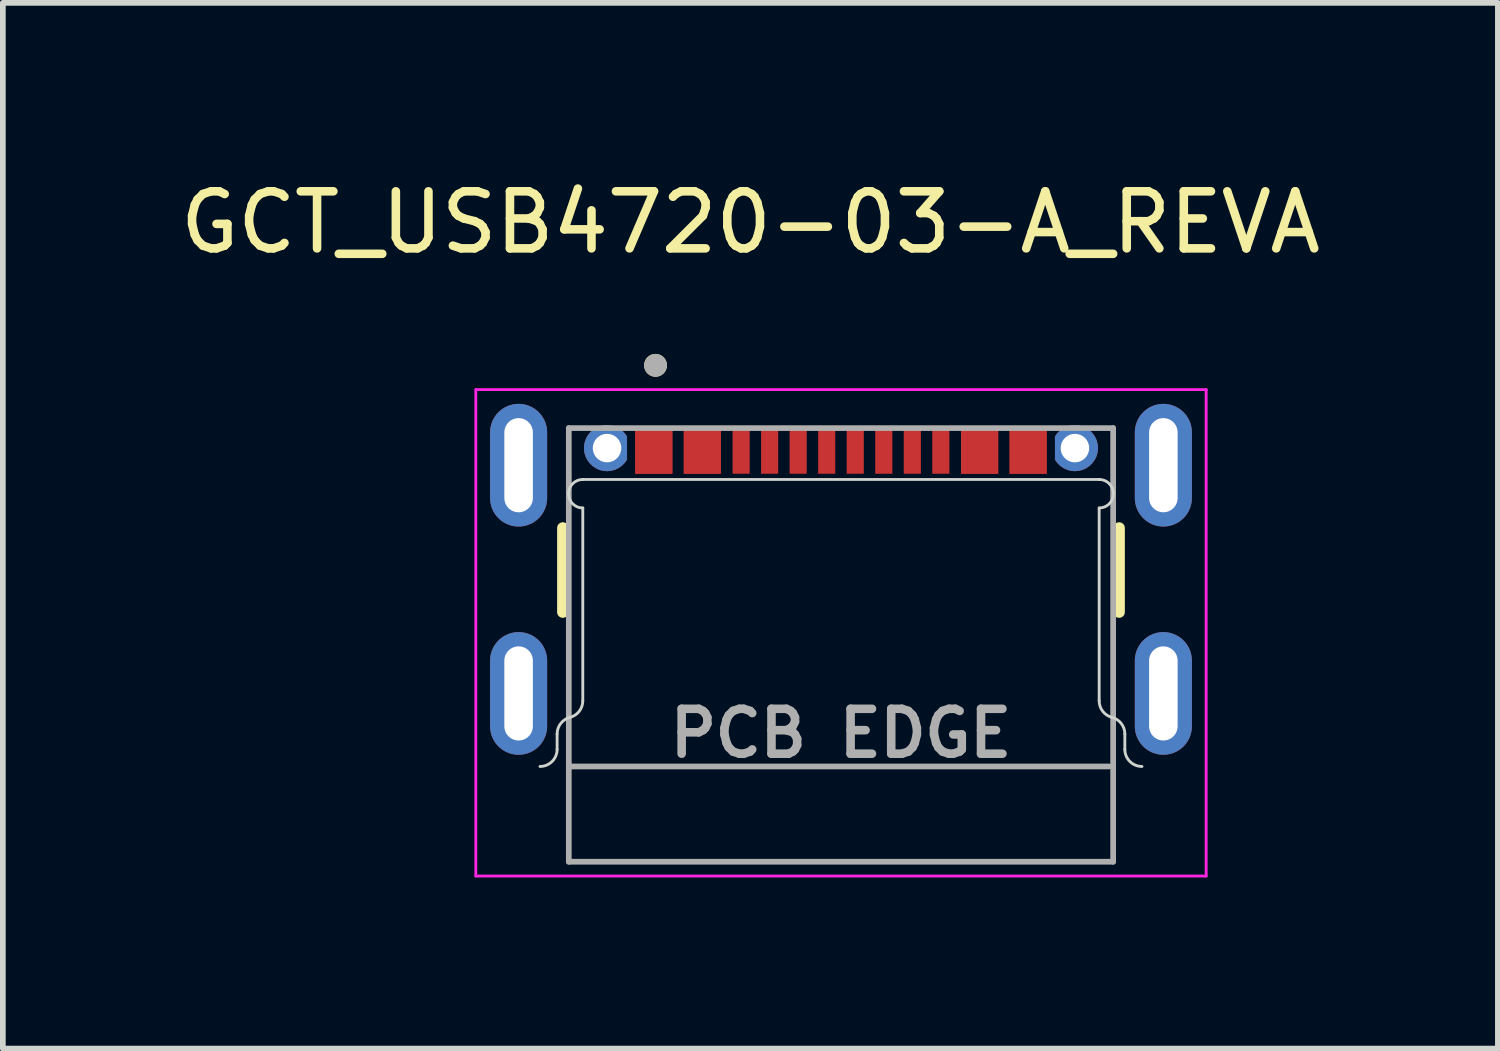
<source format=kicad_pcb>
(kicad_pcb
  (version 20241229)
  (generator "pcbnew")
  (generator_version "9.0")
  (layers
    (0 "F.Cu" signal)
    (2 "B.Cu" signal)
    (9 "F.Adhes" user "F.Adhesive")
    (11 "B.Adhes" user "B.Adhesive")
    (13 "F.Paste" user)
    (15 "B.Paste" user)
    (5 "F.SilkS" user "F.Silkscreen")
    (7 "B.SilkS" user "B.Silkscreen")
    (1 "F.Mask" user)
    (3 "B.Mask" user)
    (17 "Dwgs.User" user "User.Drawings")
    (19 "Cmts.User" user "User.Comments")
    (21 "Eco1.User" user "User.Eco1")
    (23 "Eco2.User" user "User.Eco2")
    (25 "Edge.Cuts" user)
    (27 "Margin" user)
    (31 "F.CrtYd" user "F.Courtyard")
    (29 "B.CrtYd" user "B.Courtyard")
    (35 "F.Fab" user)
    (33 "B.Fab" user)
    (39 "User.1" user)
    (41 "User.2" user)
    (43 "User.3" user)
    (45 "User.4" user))
  (footprint "GCT_USB4720-03-A_REVA"
    (layer "F.Cu")
    (at 11.689 10.383)
    (property "Reference" "GCT_USB4720-03-A_REVA" (at -1.587 -9.535 0) (layer "F.SilkS") (effects (font (size 1 1) (thickness 0.15))))
    (attr smd)
    (fp_poly (pts (xy -3.655 -5.98) (xy -2.905 -5.98) (xy -2.905 -5.08) (xy -3.655 -5.08)) (stroke (width 0.01) (type solid)) (fill yes) (layer "F.Mask"))
    (fp_poly (pts (xy -2.805 -5.98) (xy -2.055 -5.98) (xy -2.055 -5.08) (xy -2.805 -5.08)) (stroke (width 0.01) (type solid)) (fill yes) (layer "F.Mask"))
    (fp_poly (pts (xy -1.95 -5.98) (xy -1.55 -5.98) (xy -1.55 -5.08) (xy -1.95 -5.08)) (stroke (width 0.01) (type solid)) (fill yes) (layer "F.Mask"))
    (fp_poly (pts (xy -1.45 -5.98) (xy -1.05 -5.98) (xy -1.05 -5.08) (xy -1.45 -5.08)) (stroke (width 0.01) (type solid)) (fill yes) (layer "F.Mask"))
    (fp_poly (pts (xy -0.95 -5.98) (xy -0.55 -5.98) (xy -0.55 -5.08) (xy -0.95 -5.08)) (stroke (width 0.01) (type solid)) (fill yes) (layer "F.Mask"))
    (fp_poly (pts (xy -0.45 -5.98) (xy -0.05 -5.98) (xy -0.05 -5.08) (xy -0.45 -5.08)) (stroke (width 0.01) (type solid)) (fill yes) (layer "F.Mask"))
    (fp_poly (pts (xy 0.05 -5.98) (xy 0.45 -5.98) (xy 0.45 -5.08) (xy 0.05 -5.08)) (stroke (width 0.01) (type solid)) (fill yes) (layer "F.Mask"))
    (fp_poly (pts (xy 0.55 -5.98) (xy 0.95 -5.98) (xy 0.95 -5.08) (xy 0.55 -5.08)) (stroke (width 0.01) (type solid)) (fill yes) (layer "F.Mask"))
    (fp_poly (pts (xy 1.05 -5.98) (xy 1.45 -5.98) (xy 1.45 -5.08) (xy 1.05 -5.08)) (stroke (width 0.01) (type solid)) (fill yes) (layer "F.Mask"))
    (fp_poly (pts (xy 1.55 -5.98) (xy 1.95 -5.98) (xy 1.95 -5.08) (xy 1.55 -5.08)) (stroke (width 0.01) (type solid)) (fill yes) (layer "F.Mask"))
    (fp_poly (pts (xy 2.055 -5.98) (xy 2.805 -5.98) (xy 2.805 -5.08) (xy 2.055 -5.08)) (stroke (width 0.01) (type solid)) (fill yes) (layer "F.Mask"))
    (fp_poly (pts (xy 2.905 -5.98) (xy 3.655 -5.98) (xy 3.655 -5.08) (xy 2.905 -5.08)) (stroke (width 0.01) (type solid)) (fill yes) (layer "F.Mask"))
    (fp_poly (pts (xy -3.705 -5.364) (xy -3.705 -5.796) (xy -3.751 -5.864) (xy -3.806 -5.92) (xy -3.87 -5.967) (xy -3.941 -6.001) (xy -4.017 -6.022) (xy -4.095 -6.03) (xy -4.174 -6.024) (xy -4.25 -6.004) (xy -4.322 -5.971) (xy -4.387 -5.926) (xy -4.443 -5.871) (xy -4.489 -5.806) (xy -4.523 -5.735) (xy -4.543 -5.659) (xy -4.55 -5.58) (xy -4.543 -5.501) (xy -4.523 -5.425) (xy -4.489 -5.354) (xy -4.443 -5.289) (xy -4.387 -5.234) (xy -4.322 -5.189) (xy -4.25 -5.156) (xy -4.174 -5.136) (xy -4.095 -5.13) (xy -4.017 -5.138) (xy -3.941 -5.159) (xy -3.87 -5.193) (xy -3.806 -5.24) (xy -3.751 -5.296) (xy -3.705 -5.364) (xy -3.705 -5.364)) (stroke (width 0.01) (type solid)) (fill yes) (layer "F.Mask"))
    (fp_poly (pts (xy 3.705 -5.364) (xy 3.705 -5.796) (xy 3.751 -5.864) (xy 3.806 -5.92) (xy 3.87 -5.967) (xy 3.941 -6.001) (xy 4.017 -6.022) (xy 4.095 -6.03) (xy 4.174 -6.024) (xy 4.25 -6.004) (xy 4.322 -5.971) (xy 4.387 -5.926) (xy 4.443 -5.871) (xy 4.489 -5.806) (xy 4.523 -5.735) (xy 4.543 -5.659) (xy 4.55 -5.58) (xy 4.543 -5.501) (xy 4.523 -5.425) (xy 4.489 -5.354) (xy 4.443 -5.289) (xy 4.387 -5.234) (xy 4.322 -5.189) (xy 4.25 -5.156) (xy 4.174 -5.136) (xy 4.095 -5.13) (xy 4.017 -5.138) (xy 3.941 -5.159) (xy 3.87 -5.193) (xy 3.806 -5.24) (xy 3.751 -5.296) (xy 3.705 -5.364) (xy 3.705 -5.364)) (stroke (width 0.01) (type solid)) (fill yes) (layer "F.Mask"))
    (fp_poly (pts (xy -3.705 -5.364) (xy -3.705 -5.796) (xy -3.751 -5.864) (xy -3.806 -5.92) (xy -3.87 -5.967) (xy -3.941 -6.001) (xy -4.017 -6.022) (xy -4.095 -6.03) (xy -4.174 -6.024) (xy -4.25 -6.004) (xy -4.322 -5.971) (xy -4.387 -5.926) (xy -4.443 -5.871) (xy -4.489 -5.806) (xy -4.523 -5.735) (xy -4.543 -5.659) (xy -4.55 -5.58) (xy -4.543 -5.501) (xy -4.523 -5.425) (xy -4.489 -5.354) (xy -4.443 -5.289) (xy -4.387 -5.234) (xy -4.322 -5.189) (xy -4.25 -5.156) (xy -4.174 -5.136) (xy -4.095 -5.13) (xy -4.017 -5.138) (xy -3.941 -5.159) (xy -3.87 -5.193) (xy -3.806 -5.24) (xy -3.751 -5.296) (xy -3.705 -5.364) (xy -3.705 -5.364)) (stroke (width 0.01) (type solid)) (fill yes) (layer "B.Mask"))
    (fp_poly (pts (xy 3.705 -5.364) (xy 3.705 -5.796) (xy 3.751 -5.864) (xy 3.806 -5.92) (xy 3.87 -5.967) (xy 3.941 -6.001) (xy 4.017 -6.022) (xy 4.095 -6.03) (xy 4.174 -6.024) (xy 4.25 -6.004) (xy 4.322 -5.971) (xy 4.387 -5.926) (xy 4.443 -5.871) (xy 4.489 -5.806) (xy 4.523 -5.735) (xy 4.543 -5.659) (xy 4.55 -5.58) (xy 4.543 -5.501) (xy 4.523 -5.425) (xy 4.489 -5.354) (xy 4.443 -5.289) (xy 4.387 -5.234) (xy 4.322 -5.189) (xy 4.25 -5.156) (xy 4.174 -5.136) (xy 4.095 -5.13) (xy 4.017 -5.138) (xy 3.941 -5.159) (xy 3.87 -5.193) (xy 3.806 -5.24) (xy 3.751 -5.296) (xy 3.705 -5.364) (xy 3.705 -5.364)) (stroke (width 0.01) (type solid)) (fill yes) (layer "B.Mask"))
    (fp_line (start -4.875 -2.705) (end -4.875 -4.18) (stroke (width 0.2) (type solid)) (layer "F.SilkS"))
    (fp_line (start 4.875 -2.705) (end 4.875 -4.18) (stroke (width 0.2) (type solid)) (layer "F.SilkS"))
    (fp_circle (center -3.25 -7.03) (end -3.15 -7.03) (stroke (width 0.2) (type solid)) (fill no) (layer "F.SilkS"))
    (fp_line (start -4.975 -0.569) (end -4.975 -0.3) (stroke (width 0.05) (type solid)) (layer "Edge.Cuts"))
    (fp_line (start -4.525 -4.53) (end -4.525 -1.15) (stroke (width 0.05) (type solid)) (layer "Edge.Cuts"))
    (fp_line (start 4.525 -5.03) (end -4.525 -5.03) (stroke (width 0.05) (type solid)) (layer "Edge.Cuts"))
    (fp_line (start 4.525 -1.15) (end 4.525 -4.53) (stroke (width 0.05) (type solid)) (layer "Edge.Cuts"))
    (fp_line (start 4.975 -0.3) (end 4.975 -0.569) (stroke (width 0.05) (type solid)) (layer "Edge.Cuts"))
    (fp_arc (start -4.975 -0.569) (mid -4.912261 -0.752976) (end -4.749999 -0.86) (stroke (width 0.05) (type solid)) (layer "Edge.Cuts"))
    (fp_arc (start -4.975 -0.3) (mid -5.062868 -0.087868) (end -5.275 0) (stroke (width 0.05) (type solid)) (layer "Edge.Cuts"))
    (fp_arc (start -4.525 -4.53) (mid -4.775 -4.78) (end -4.525 -5.03) (stroke (width 0.05) (type solid)) (layer "Edge.Cuts"))
    (fp_arc (start -4.525 -1.15) (mid -4.587911 -0.966526) (end -4.75 -0.86) (stroke (width 0.05) (type solid)) (layer "Edge.Cuts"))
    (fp_arc (start 4.525 -5.03) (mid 4.775 -4.78) (end 4.525 -4.53) (stroke (width 0.05) (type solid)) (layer "Edge.Cuts"))
    (fp_arc (start 4.75 -0.86) (mid 4.58791 -0.966525) (end 4.525 -1.15) (stroke (width 0.05) (type solid)) (layer "Edge.Cuts"))
    (fp_arc (start 4.75 -0.86) (mid 4.912261 -0.752975) (end 4.974999 -0.569) (stroke (width 0.05) (type solid)) (layer "Edge.Cuts"))
    (fp_arc (start 5.275 0) (mid 5.062868 -0.087868) (end 4.975 -0.3) (stroke (width 0.05) (type solid)) (layer "Edge.Cuts"))
    (fp_line (start -6.4 -6.605) (end 6.4 -6.605) (stroke (width 0.05) (type solid)) (layer "F.CrtYd"))
    (fp_line (start -6.4 1.92) (end -6.4 -6.605) (stroke (width 0.05) (type solid)) (layer "F.CrtYd"))
    (fp_line (start 6.4 -6.605) (end 6.4 1.92) (stroke (width 0.05) (type solid)) (layer "F.CrtYd"))
    (fp_line (start 6.4 1.92) (end -6.4 1.92) (stroke (width 0.05) (type solid)) (layer "F.CrtYd"))
    (fp_line (start -4.77 -5.93) (end 4.77 -5.93) (stroke (width 0.1) (type solid)) (layer "F.Fab"))
    (fp_line (start -4.77 0) (end -4.77 -5.93) (stroke (width 0.1) (type solid)) (layer "F.Fab"))
    (fp_line (start -4.77 0) (end 4.7 0) (stroke (width 0.1) (type solid)) (layer "F.Fab"))
    (fp_line (start -4.77 1.67) (end -4.77 0) (stroke (width 0.1) (type solid)) (layer "F.Fab"))
    (fp_line (start 4.77 -5.93) (end 4.77 1.67) (stroke (width 0.1) (type solid)) (layer "F.Fab"))
    (fp_line (start 4.77 1.67) (end -4.77 1.67) (stroke (width 0.1) (type solid)) (layer "F.Fab"))
    (fp_circle (center -3.25 -7.03) (end -3.15 -7.03) (stroke (width 0.2) (type solid)) (fill no) (layer "F.Fab"))
    (fp_text user "PCB EDGE" (at 0 -0.58 0) (layer "F.Fab") (effects (font (size 0.787 0.787) (thickness 0.15))))
    (pad "A1" smd rect (at -3.28 -5.53) (size 0.65 0.8) (layers "F.Cu" "F.Paste"))
    (pad "A4" smd rect (at -2.43 -5.53) (size 0.65 0.8) (layers "F.Cu" "F.Paste"))
    (pad "A5" smd rect (at -1.25 -5.53) (size 0.3 0.8) (layers "F.Cu" "F.Paste"))
    (pad "A6" smd rect (at -0.25 -5.53) (size 0.3 0.8) (layers "F.Cu" "F.Paste"))
    (pad "A7" smd rect (at 0.25 -5.53) (size 0.3 0.8) (layers "F.Cu" "F.Paste"))
    (pad "A8" smd rect (at 1.25 -5.53) (size 0.3 0.8) (layers "F.Cu" "F.Paste"))
    (pad "A9" smd rect (at 2.43 -5.53) (size 0.65 0.8) (layers "F.Cu" "F.Paste"))
    (pad "A12" smd rect (at 3.28 -5.53) (size 0.65 0.8) (layers "F.Cu" "F.Paste"))
    (pad "B1" smd rect (at 3.28 -5.53) (size 0.65 0.8) (layers "F.Cu" "F.Paste"))
    (pad "B4" smd rect (at 2.43 -5.53) (size 0.65 0.8) (layers "F.Cu" "F.Paste"))
    (pad "B5" smd rect (at 1.75 -5.53) (size 0.3 0.8) (layers "F.Cu" "F.Paste"))
    (pad "B6" smd rect (at 0.75 -5.53) (size 0.3 0.8) (layers "F.Cu" "F.Paste"))
    (pad "B7" smd rect (at -0.75 -5.53) (size 0.3 0.8) (layers "F.Cu" "F.Paste"))
    (pad "B8" smd rect (at -1.75 -5.53) (size 0.3 0.8) (layers "F.Cu" "F.Paste"))
    (pad "B9" smd rect (at -2.43 -5.53) (size 0.65 0.8) (layers "F.Cu" "F.Paste"))
    (pad "B12" smd rect (at -3.28 -5.53) (size 0.65 0.8) (layers "F.Cu" "F.Paste"))
    (pad "S1" thru_hole oval (at -5.65 -5.28) (size 1 2.15) (drill oval 0.5 1.65) (layers "*.Cu" "*.Mask"))
    (pad "S1" thru_hole oval (at -5.65 -1.28) (size 1 2.15) (drill oval 0.5 1.65) (layers "*.Cu" "*.Mask"))
    (pad "S1" thru_hole custom (at -4.1 -5.58) (size 0.69 0.69) (drill 0.5) (layers "*.Cu") (options (anchor circle)) (primitives (gr_poly (pts (xy 0.345 0.202) (xy 0.345 -0.202) (xy 0.306 -0.257) (xy 0.257 -0.306) (xy 0.2 -0.346) (xy 0.137 -0.376) (xy 0.069 -0.394) (xy 0 -0.4) (xy -0.069 -0.394) (xy -0.137 -0.376) (xy -0.2 -0.346) (xy -0.257 -0.306) (xy -0.306 -0.257) (xy -0.346 -0.2) (xy -0.376 -0.137) (xy -0.394 -0.069) (xy -0.4 0) (xy -0.394 0.069) (xy -0.376 0.137) (xy -0.346 0.2) (xy -0.306 0.257) (xy -0.257 0.306) (xy -0.2 0.346) (xy -0.137 0.376) (xy -0.069 0.394) (xy 0 0.4) (xy 0.069 0.394) (xy 0.137 0.376) (xy 0.2 0.346) (xy 0.257 0.306) (xy 0.306 0.257) (xy 0.345 0.202) (xy 0.345 0.202)) (width 0.01) (fill yes))))
    (pad "S1" thru_hole custom (at 4.1 -5.58) (size 0.69 0.69) (drill 0.5) (layers "*.Cu") (options (anchor circle)) (primitives (gr_poly (pts (xy -0.345 0.202) (xy -0.345 -0.202) (xy -0.306 -0.257) (xy -0.257 -0.306) (xy -0.2 -0.346) (xy -0.137 -0.376) (xy -0.069 -0.394) (xy 0 -0.4) (xy 0.069 -0.394) (xy 0.137 -0.376) (xy 0.2 -0.346) (xy 0.257 -0.306) (xy 0.306 -0.257) (xy 0.346 -0.2) (xy 0.376 -0.137) (xy 0.394 -0.069) (xy 0.4 0) (xy 0.394 0.069) (xy 0.376 0.137) (xy 0.346 0.2) (xy 0.306 0.257) (xy 0.257 0.306) (xy 0.2 0.346) (xy 0.137 0.376) (xy 0.069 0.394) (xy 0 0.4) (xy -0.069 0.394) (xy -0.137 0.376) (xy -0.2 0.346) (xy -0.257 0.306) (xy -0.306 0.257) (xy -0.345 0.202) (xy -0.345 0.202)) (width 0.01) (fill yes))))
    (pad "S1" thru_hole oval (at 5.65 -5.28) (size 1 2.15) (drill oval 0.5 1.65) (layers "*.Cu" "*.Mask"))
    (pad "S1" thru_hole oval (at 5.65 -1.28) (size 1 2.15) (drill oval 0.5 1.65) (layers "*.Cu" "*.Mask")))
  (gr_rect
    (start -3 -3)
    (end 23.202 15.328)
    (stroke (width 0.1) (type default))
    (fill no)
    (layer "Edge.Cuts")))
</source>
